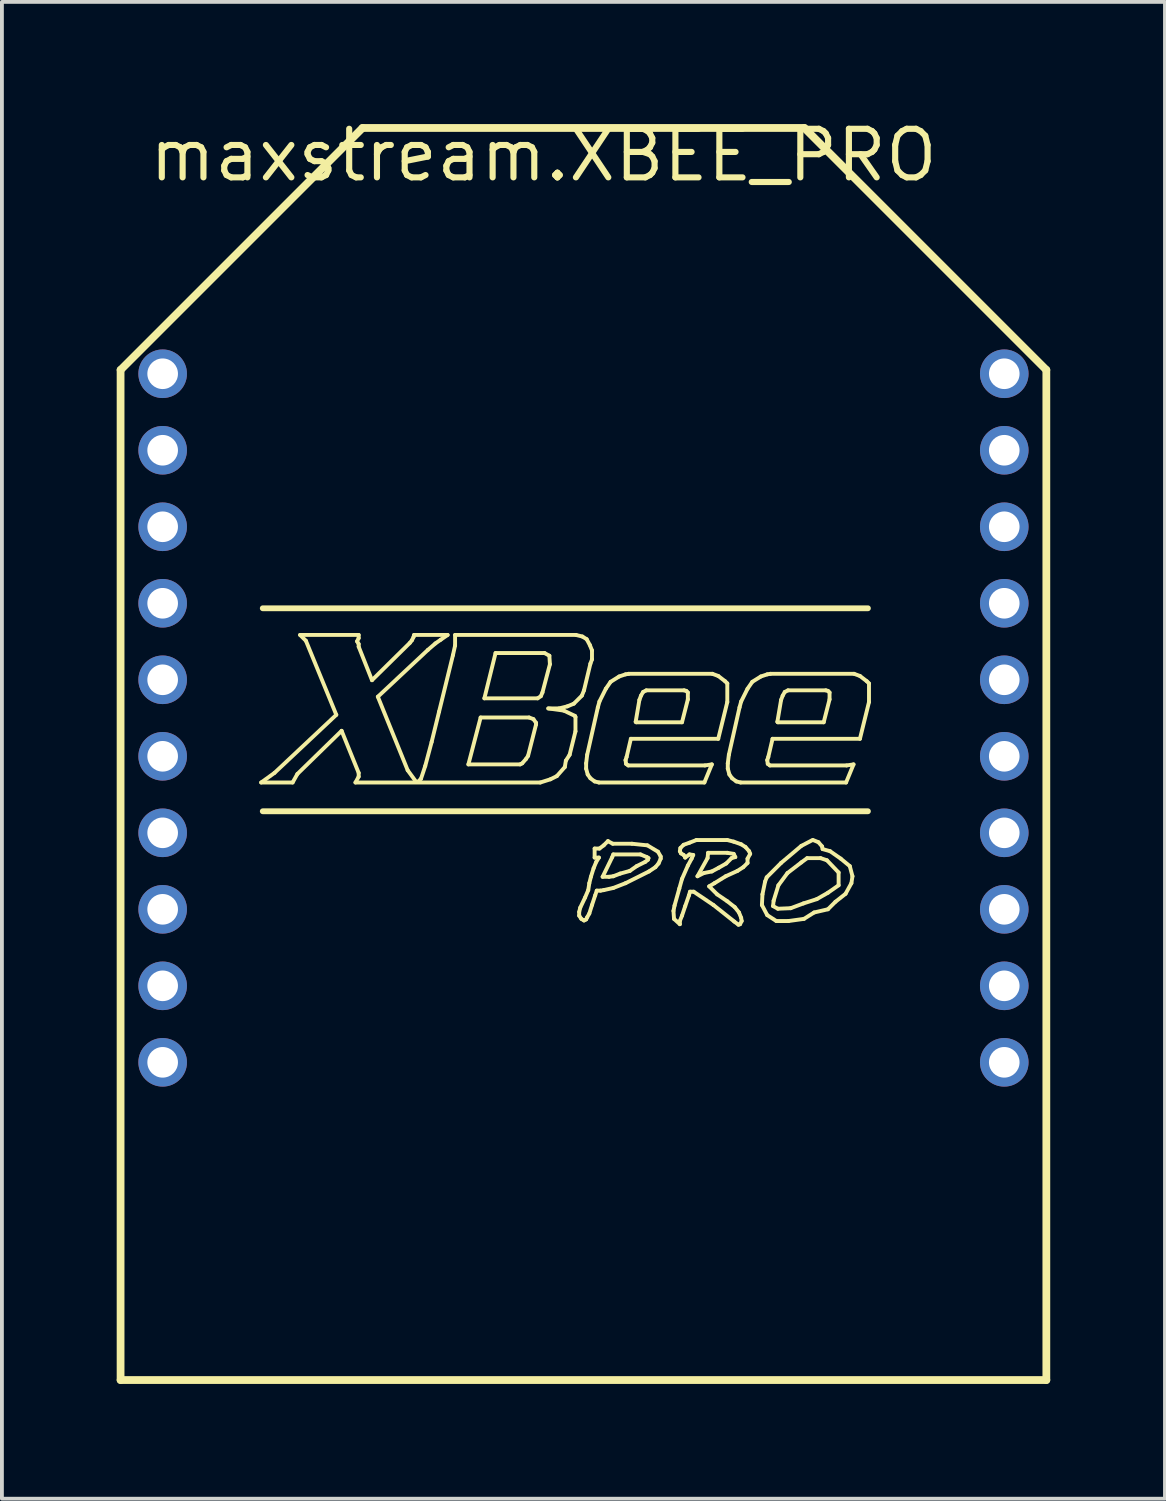
<source format=kicad_pcb>
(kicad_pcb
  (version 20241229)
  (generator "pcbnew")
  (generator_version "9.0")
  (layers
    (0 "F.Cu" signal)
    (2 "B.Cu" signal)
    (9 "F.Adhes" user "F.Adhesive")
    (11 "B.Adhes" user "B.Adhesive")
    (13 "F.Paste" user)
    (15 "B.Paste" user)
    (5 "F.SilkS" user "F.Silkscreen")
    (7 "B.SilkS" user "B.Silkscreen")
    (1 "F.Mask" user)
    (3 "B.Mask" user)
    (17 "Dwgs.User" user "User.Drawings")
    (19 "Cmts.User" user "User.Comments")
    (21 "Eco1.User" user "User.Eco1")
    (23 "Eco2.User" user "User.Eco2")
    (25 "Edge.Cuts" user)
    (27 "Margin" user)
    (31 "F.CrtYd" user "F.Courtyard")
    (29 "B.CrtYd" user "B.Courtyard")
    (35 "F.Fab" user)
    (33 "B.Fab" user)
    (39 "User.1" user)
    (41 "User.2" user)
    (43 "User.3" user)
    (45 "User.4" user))
  (footprint "maxstream.XBEE_PRO"
    (layer "F.Cu")
    (at 12.202 15.72)
    (property "Reference" "maxstream.XBEE_PRO" (at -11.43 -13.97 0) (layer "F.SilkS") (effects (font (size 1.27 1.27) (thickness 0.16)) (justify left bottom)))
    (attr through_hole)
    (fp_line (start -12.1 -9.1) (end -5.775 -15.425) (stroke (width 0.203) (type default)) (layer "F.SilkS"))
    (fp_line (start -12.1 17.305) (end -12.1 -9.1) (stroke (width 0.203) (type default)) (layer "F.SilkS"))
    (fp_line (start -8.425 1.685) (end -8.077 1.434) (stroke (width 0.102) (type default)) (layer "F.SilkS"))
    (fp_line (start -8.383 -2.869) (end 7.436 -2.869) (stroke (width 0.152) (type default)) (layer "F.SilkS"))
    (fp_line (start -8.383 2.437) (end 7.436 2.437) (stroke (width 0.152) (type default)) (layer "F.SilkS"))
    (fp_line (start -8.077 1.434) (end -6.461 -0.084) (stroke (width 0.102) (type default)) (layer "F.SilkS"))
    (fp_line (start -7.603 1.685) (end -8.425 1.685) (stroke (width 0.102) (type default)) (layer "F.SilkS"))
    (fp_line (start -7.478 1.462) (end -7.603 1.685) (stroke (width 0.102) (type default)) (layer "F.SilkS"))
    (fp_line (start -7.408 -2.172) (end -5.876 -2.172) (stroke (width 0.102) (type default)) (layer "F.SilkS"))
    (fp_line (start -7.255 -2.019) (end -7.408 -2.172) (stroke (width 0.102) (type default)) (layer "F.SilkS"))
    (fp_line (start -6.461 -0.084) (end -7.255 -2.019) (stroke (width 0.102) (type default)) (layer "F.SilkS"))
    (fp_line (start -6.322 0.334) (end -7.478 1.462) (stroke (width 0.102) (type default)) (layer "F.SilkS"))
    (fp_line (start -5.96 1.685) (end -5.876 1.532) (stroke (width 0.102) (type default)) (layer "F.SilkS"))
    (fp_line (start -5.918 -2.005) (end -5.876 -1.935) (stroke (width 0.102) (type default)) (layer "F.SilkS"))
    (fp_line (start -5.876 -2.172) (end -5.876 -2.089) (stroke (width 0.102) (type default)) (layer "F.SilkS"))
    (fp_line (start -5.876 -2.089) (end -5.918 -2.005) (stroke (width 0.102) (type default)) (layer "F.SilkS"))
    (fp_line (start -5.876 -1.935) (end -5.876 -1.866) (stroke (width 0.102) (type default)) (layer "F.SilkS"))
    (fp_line (start -5.876 -1.866) (end -5.528 -0.989) (stroke (width 0.102) (type default)) (layer "F.SilkS"))
    (fp_line (start -5.876 1.434) (end -6.322 0.334) (stroke (width 0.102) (type default)) (layer "F.SilkS"))
    (fp_line (start -5.876 1.532) (end -5.876 1.434) (stroke (width 0.102) (type default)) (layer "F.SilkS"))
    (fp_line (start -5.775 -15.425) (end 5.775 -15.425) (stroke (width 0.203) (type default)) (layer "F.SilkS"))
    (fp_line (start -5.528 -0.989) (end -4.54 -1.963) (stroke (width 0.102) (type default)) (layer "F.SilkS"))
    (fp_line (start -5.375 -0.557) (end -4.595 1.365) (stroke (width 0.102) (type default)) (layer "F.SilkS"))
    (fp_line (start -4.595 1.365) (end -4.372 1.671) (stroke (width 0.102) (type default)) (layer "F.SilkS"))
    (fp_line (start -4.54 -1.963) (end -4.484 -2.033) (stroke (width 0.102) (type default)) (layer "F.SilkS"))
    (fp_line (start -4.484 -2.033) (end -4.442 -2.117) (stroke (width 0.102) (type default)) (layer "F.SilkS"))
    (fp_line (start -4.442 -2.117) (end -4.428 -2.172) (stroke (width 0.102) (type default)) (layer "F.SilkS"))
    (fp_line (start -4.428 -2.172) (end -3.551 -2.172) (stroke (width 0.102) (type default)) (layer "F.SilkS"))
    (fp_line (start -4.372 1.671) (end -4.331 1.671) (stroke (width 0.102) (type default)) (layer "F.SilkS"))
    (fp_line (start -4.331 1.671) (end -4.247 1.587) (stroke (width 0.102) (type default)) (layer "F.SilkS"))
    (fp_line (start -4.247 1.587) (end -4.136 1.253) (stroke (width 0.102) (type default)) (layer "F.SilkS"))
    (fp_line (start -4.136 1.253) (end -3.969 0.627) (stroke (width 0.102) (type default)) (layer "F.SilkS"))
    (fp_line (start -4.066 -1.782) (end -5.375 -0.557) (stroke (width 0.102) (type default)) (layer "F.SilkS"))
    (fp_line (start -3.969 0.627) (end -3.774 -0.167) (stroke (width 0.102) (type default)) (layer "F.SilkS"))
    (fp_line (start -3.871 -1.95) (end -4.066 -1.782) (stroke (width 0.102) (type default)) (layer "F.SilkS"))
    (fp_line (start -3.774 -0.167) (end -3.412 -1.643) (stroke (width 0.102) (type default)) (layer "F.SilkS"))
    (fp_line (start -3.732 -2.047) (end -3.871 -1.95) (stroke (width 0.102) (type default)) (layer "F.SilkS"))
    (fp_line (start -3.551 -2.172) (end -3.732 -2.047) (stroke (width 0.102) (type default)) (layer "F.SilkS"))
    (fp_line (start -3.412 -1.643) (end -3.356 -1.894) (stroke (width 0.102) (type default)) (layer "F.SilkS"))
    (fp_line (start -3.356 -2.172) (end -0.195 -2.172) (stroke (width 0.102) (type default)) (layer "F.SilkS"))
    (fp_line (start -3.356 -1.894) (end -3.356 -2.172) (stroke (width 0.102) (type default)) (layer "F.SilkS"))
    (fp_line (start -3.008 1.212) (end -2.688 -0.014) (stroke (width 0.102) (type default)) (layer "F.SilkS"))
    (fp_line (start -2.688 -0.014) (end -1.42 -0.014) (stroke (width 0.102) (type default)) (layer "F.SilkS"))
    (fp_line (start -2.59 -0.515) (end -2.298 -1.699) (stroke (width 0.102) (type default)) (layer "F.SilkS"))
    (fp_line (start -2.298 -1.699) (end -1.017 -1.699) (stroke (width 0.102) (type default)) (layer "F.SilkS"))
    (fp_line (start -1.657 1.212) (end -3.008 1.212) (stroke (width 0.102) (type default)) (layer "F.SilkS"))
    (fp_line (start -1.601 1.184) (end -1.657 1.212) (stroke (width 0.102) (type default)) (layer "F.SilkS"))
    (fp_line (start -1.504 1.072) (end -1.601 1.184) (stroke (width 0.102) (type default)) (layer "F.SilkS"))
    (fp_line (start -1.448 0.989) (end -1.504 1.072) (stroke (width 0.102) (type default)) (layer "F.SilkS"))
    (fp_line (start -1.42 -0.014) (end -1.309 0.028) (stroke (width 0.102) (type default)) (layer "F.SilkS"))
    (fp_line (start -1.309 0.028) (end -1.239 0.125) (stroke (width 0.102) (type default)) (layer "F.SilkS"))
    (fp_line (start -1.239 0.125) (end -1.239 0.167) (stroke (width 0.102) (type default)) (layer "F.SilkS"))
    (fp_line (start -1.239 0.167) (end -1.448 0.989) (stroke (width 0.102) (type default)) (layer "F.SilkS"))
    (fp_line (start -1.198 -0.515) (end -2.59 -0.515) (stroke (width 0.102) (type default)) (layer "F.SilkS"))
    (fp_line (start -1.128 1.685) (end -5.96 1.685) (stroke (width 0.102) (type default)) (layer "F.SilkS"))
    (fp_line (start -1.114 -0.571) (end -1.198 -0.515) (stroke (width 0.102) (type default)) (layer "F.SilkS"))
    (fp_line (start -1.072 -0.668) (end -1.114 -0.571) (stroke (width 0.102) (type default)) (layer "F.SilkS"))
    (fp_line (start -1.017 -1.699) (end -0.891 -1.629) (stroke (width 0.102) (type default)) (layer "F.SilkS"))
    (fp_line (start -0.919 -0.251) (end -0.515 -0.195) (stroke (width 0.102) (type default)) (layer "F.SilkS"))
    (fp_line (start -0.891 -1.629) (end -0.877 -1.406) (stroke (width 0.102) (type default)) (layer "F.SilkS"))
    (fp_line (start -0.877 -1.406) (end -1.072 -0.668) (stroke (width 0.102) (type default)) (layer "F.SilkS"))
    (fp_line (start -0.863 1.601) (end -1.128 1.685) (stroke (width 0.102) (type default)) (layer "F.SilkS"))
    (fp_line (start -0.696 1.518) (end -0.863 1.601) (stroke (width 0.102) (type default)) (layer "F.SilkS"))
    (fp_line (start -0.641 -0.251) (end -0.919 -0.251) (stroke (width 0.102) (type default)) (layer "F.SilkS"))
    (fp_line (start -0.515 -0.195) (end -0.223 -0.056) (stroke (width 0.102) (type default)) (layer "F.SilkS"))
    (fp_line (start -0.487 1.281) (end -0.696 1.518) (stroke (width 0.102) (type default)) (layer "F.SilkS"))
    (fp_line (start -0.46 1.114) (end -0.487 1.281) (stroke (width 0.102) (type default)) (layer "F.SilkS"))
    (fp_line (start -0.418 -0.306) (end -0.641 -0.251) (stroke (width 0.102) (type default)) (layer "F.SilkS"))
    (fp_line (start -0.362 0.961) (end -0.46 1.114) (stroke (width 0.102) (type default)) (layer "F.SilkS"))
    (fp_line (start -0.251 -0.376) (end -0.418 -0.306) (stroke (width 0.102) (type default)) (layer "F.SilkS"))
    (fp_line (start -0.223 -0.056) (end -0.209 -0.028) (stroke (width 0.102) (type default)) (layer "F.SilkS"))
    (fp_line (start -0.209 -0.028) (end -0.209 0.348) (stroke (width 0.102) (type default)) (layer "F.SilkS"))
    (fp_line (start -0.209 0.348) (end -0.362 0.961) (stroke (width 0.102) (type default)) (layer "F.SilkS"))
    (fp_line (start -0.195 -2.172) (end -0.028 -2.131) (stroke (width 0.102) (type default)) (layer "F.SilkS"))
    (fp_line (start -0.112 5.069) (end -0.084 4.957) (stroke (width 0.102) (type default)) (layer "F.SilkS"))
    (fp_line (start -0.112 5.166) (end -0.112 5.069) (stroke (width 0.102) (type default)) (layer "F.SilkS"))
    (fp_line (start -0.084 4.957) (end 0.042 4.693) (stroke (width 0.102) (type default)) (layer "F.SilkS"))
    (fp_line (start -0.056 5.25) (end -0.112 5.166) (stroke (width 0.102) (type default)) (layer "F.SilkS"))
    (fp_line (start -0.042 -0.585) (end -0.251 -0.376) (stroke (width 0.102) (type default)) (layer "F.SilkS"))
    (fp_line (start -0.028 -2.131) (end 0.084 -2.061) (stroke (width 0.102) (type default)) (layer "F.SilkS"))
    (fp_line (start 0.014 -0.724) (end -0.042 -0.585) (stroke (width 0.102) (type default)) (layer "F.SilkS"))
    (fp_line (start 0.014 5.292) (end -0.056 5.25) (stroke (width 0.102) (type default)) (layer "F.SilkS"))
    (fp_line (start 0.042 4.693) (end 0.125 4.498) (stroke (width 0.102) (type default)) (layer "F.SilkS"))
    (fp_line (start 0.07 1.184) (end 0.097 0.961) (stroke (width 0.102) (type default)) (layer "F.SilkS"))
    (fp_line (start 0.07 1.323) (end 0.07 1.184) (stroke (width 0.102) (type default)) (layer "F.SilkS"))
    (fp_line (start 0.07 5.264) (end 0.014 5.292) (stroke (width 0.102) (type default)) (layer "F.SilkS"))
    (fp_line (start 0.084 -2.061) (end 0.167 -1.908) (stroke (width 0.102) (type default)) (layer "F.SilkS"))
    (fp_line (start 0.097 0.961) (end 0.376 -0.279) (stroke (width 0.102) (type default)) (layer "F.SilkS"))
    (fp_line (start 0.097 5.208) (end 0.07 5.264) (stroke (width 0.102) (type default)) (layer "F.SilkS"))
    (fp_line (start 0.111 1.476) (end 0.07 1.323) (stroke (width 0.102) (type default)) (layer "F.SilkS"))
    (fp_line (start 0.125 4.498) (end 0.153 4.317) (stroke (width 0.102) (type default)) (layer "F.SilkS"))
    (fp_line (start 0.153 4.317) (end 0.195 4.15) (stroke (width 0.102) (type default)) (layer "F.SilkS"))
    (fp_line (start 0.153 5.111) (end 0.097 5.208) (stroke (width 0.102) (type default)) (layer "F.SilkS"))
    (fp_line (start 0.167 -1.908) (end 0.223 -1.768) (stroke (width 0.102) (type default)) (layer "F.SilkS"))
    (fp_line (start 0.181 -1.42) (end 0.014 -0.724) (stroke (width 0.102) (type default)) (layer "F.SilkS"))
    (fp_line (start 0.181 1.574) (end 0.111 1.476) (stroke (width 0.102) (type default)) (layer "F.SilkS"))
    (fp_line (start 0.195 4.15) (end 0.265 3.927) (stroke (width 0.102) (type default)) (layer "F.SilkS"))
    (fp_line (start 0.223 -1.768) (end 0.223 -1.532) (stroke (width 0.102) (type default)) (layer "F.SilkS"))
    (fp_line (start 0.223 -1.532) (end 0.181 -1.42) (stroke (width 0.102) (type default)) (layer "F.SilkS"))
    (fp_line (start 0.223 4.888) (end 0.153 5.111) (stroke (width 0.102) (type default)) (layer "F.SilkS"))
    (fp_line (start 0.265 3.927) (end 0.334 3.76) (stroke (width 0.102) (type default)) (layer "F.SilkS"))
    (fp_line (start 0.292 1.657) (end 0.181 1.574) (stroke (width 0.102) (type default)) (layer "F.SilkS"))
    (fp_line (start 0.292 3.412) (end 0.418 3.412) (stroke (width 0.102) (type default)) (layer "F.SilkS"))
    (fp_line (start 0.292 3.648) (end 0.292 3.412) (stroke (width 0.102) (type default)) (layer "F.SilkS"))
    (fp_line (start 0.306 4.637) (end 0.223 4.888) (stroke (width 0.102) (type default)) (layer "F.SilkS"))
    (fp_line (start 0.334 3.76) (end 0.404 3.648) (stroke (width 0.102) (type default)) (layer "F.SilkS"))
    (fp_line (start 0.348 4.512) (end 0.306 4.637) (stroke (width 0.102) (type default)) (layer "F.SilkS"))
    (fp_line (start 0.376 -0.279) (end 0.418 -0.432) (stroke (width 0.102) (type default)) (layer "F.SilkS"))
    (fp_line (start 0.404 1.685) (end 0.292 1.657) (stroke (width 0.102) (type default)) (layer "F.SilkS"))
    (fp_line (start 0.404 3.648) (end 0.292 3.648) (stroke (width 0.102) (type default)) (layer "F.SilkS"))
    (fp_line (start 0.418 -0.432) (end 0.585 -0.766) (stroke (width 0.102) (type default)) (layer "F.SilkS"))
    (fp_line (start 0.418 3.412) (end 0.529 3.328) (stroke (width 0.102) (type default)) (layer "F.SilkS"))
    (fp_line (start 0.446 4.512) (end 0.348 4.512) (stroke (width 0.102) (type default)) (layer "F.SilkS"))
    (fp_line (start 0.501 4.15) (end 0.752 3.635) (stroke (width 0.102) (type default)) (layer "F.SilkS"))
    (fp_line (start 0.529 3.328) (end 0.64 3.217) (stroke (width 0.102) (type default)) (layer "F.SilkS"))
    (fp_line (start 0.529 4.498) (end 0.446 4.512) (stroke (width 0.102) (type default)) (layer "F.SilkS"))
    (fp_line (start 0.585 -0.766) (end 0.71 -0.947) (stroke (width 0.102) (type default)) (layer "F.SilkS"))
    (fp_line (start 0.64 3.217) (end 0.766 3.286) (stroke (width 0.102) (type default)) (layer "F.SilkS"))
    (fp_line (start 0.668 4.15) (end 0.501 4.15) (stroke (width 0.102) (type default)) (layer "F.SilkS"))
    (fp_line (start 0.71 -0.947) (end 0.933 -1.086) (stroke (width 0.102) (type default)) (layer "F.SilkS"))
    (fp_line (start 0.752 3.635) (end 0.78 3.565) (stroke (width 0.102) (type default)) (layer "F.SilkS"))
    (fp_line (start 0.766 3.286) (end 1.267 3.286) (stroke (width 0.102) (type default)) (layer "F.SilkS"))
    (fp_line (start 0.78 3.565) (end 1.49 3.565) (stroke (width 0.102) (type default)) (layer "F.SilkS"))
    (fp_line (start 0.78 4.136) (end 0.668 4.15) (stroke (width 0.102) (type default)) (layer "F.SilkS"))
    (fp_line (start 0.78 4.442) (end 0.529 4.498) (stroke (width 0.102) (type default)) (layer "F.SilkS"))
    (fp_line (start 0.933 -1.086) (end 1.1 -1.142) (stroke (width 0.102) (type default)) (layer "F.SilkS"))
    (fp_line (start 0.961 4.066) (end 0.78 4.136) (stroke (width 0.102) (type default)) (layer "F.SilkS"))
    (fp_line (start 1.1 -1.142) (end 1.183 -1.156) (stroke (width 0.102) (type default)) (layer "F.SilkS"))
    (fp_line (start 1.1 1.1) (end 1.114 1.198) (stroke (width 0.102) (type default)) (layer "F.SilkS"))
    (fp_line (start 1.1 4.317) (end 0.78 4.442) (stroke (width 0.102) (type default)) (layer "F.SilkS"))
    (fp_line (start 1.114 1.198) (end 1.17 1.239) (stroke (width 0.102) (type default)) (layer "F.SilkS"))
    (fp_line (start 1.128 1.017) (end 1.1 1.1) (stroke (width 0.102) (type default)) (layer "F.SilkS"))
    (fp_line (start 1.17 1.239) (end 3.175 1.239) (stroke (width 0.102) (type default)) (layer "F.SilkS"))
    (fp_line (start 1.183 -1.156) (end 3.37 -1.156) (stroke (width 0.102) (type default)) (layer "F.SilkS"))
    (fp_line (start 1.211 3.997) (end 0.961 4.066) (stroke (width 0.102) (type default)) (layer "F.SilkS"))
    (fp_line (start 1.239 0.543) (end 1.128 1.017) (stroke (width 0.102) (type default)) (layer "F.SilkS"))
    (fp_line (start 1.267 3.286) (end 1.671 3.328) (stroke (width 0.102) (type default)) (layer "F.SilkS"))
    (fp_line (start 1.365 0.098) (end 1.462 -0.473) (stroke (width 0.102) (type default)) (layer "F.SilkS"))
    (fp_line (start 1.379 0.111) (end 1.365 0.098) (stroke (width 0.102) (type default)) (layer "F.SilkS"))
    (fp_line (start 1.392 3.871) (end 1.211 3.997) (stroke (width 0.102) (type default)) (layer "F.SilkS"))
    (fp_line (start 1.462 -0.473) (end 1.504 -0.585) (stroke (width 0.102) (type default)) (layer "F.SilkS"))
    (fp_line (start 1.49 3.565) (end 1.657 3.635) (stroke (width 0.102) (type default)) (layer "F.SilkS"))
    (fp_line (start 1.504 -0.585) (end 1.56 -0.682) (stroke (width 0.102) (type default)) (layer "F.SilkS"))
    (fp_line (start 1.56 -0.682) (end 1.643 -0.724) (stroke (width 0.102) (type default)) (layer "F.SilkS"))
    (fp_line (start 1.615 3.76) (end 1.392 3.871) (stroke (width 0.102) (type default)) (layer "F.SilkS"))
    (fp_line (start 1.643 -0.724) (end 2.632 -0.724) (stroke (width 0.102) (type default)) (layer "F.SilkS"))
    (fp_line (start 1.657 3.635) (end 1.699 3.662) (stroke (width 0.102) (type default)) (layer "F.SilkS"))
    (fp_line (start 1.671 3.328) (end 1.949 3.495) (stroke (width 0.102) (type default)) (layer "F.SilkS"))
    (fp_line (start 1.685 3.704) (end 1.615 3.76) (stroke (width 0.102) (type default)) (layer "F.SilkS"))
    (fp_line (start 1.699 3.662) (end 1.685 3.704) (stroke (width 0.102) (type default)) (layer "F.SilkS"))
    (fp_line (start 1.713 4.01) (end 1.1 4.317) (stroke (width 0.102) (type default)) (layer "F.SilkS"))
    (fp_line (start 1.88 3.899) (end 1.713 4.01) (stroke (width 0.102) (type default)) (layer "F.SilkS"))
    (fp_line (start 1.949 3.495) (end 2.019 3.62) (stroke (width 0.102) (type default)) (layer "F.SilkS"))
    (fp_line (start 1.963 3.802) (end 1.88 3.899) (stroke (width 0.102) (type default)) (layer "F.SilkS"))
    (fp_line (start 2.019 3.62) (end 2.019 3.676) (stroke (width 0.102) (type default)) (layer "F.SilkS"))
    (fp_line (start 2.019 3.676) (end 1.963 3.802) (stroke (width 0.102) (type default)) (layer "F.SilkS"))
    (fp_line (start 2.353 5.041) (end 2.381 4.902) (stroke (width 0.102) (type default)) (layer "F.SilkS"))
    (fp_line (start 2.367 5.25) (end 2.353 5.041) (stroke (width 0.102) (type default)) (layer "F.SilkS"))
    (fp_line (start 2.381 4.902) (end 2.506 4.456) (stroke (width 0.102) (type default)) (layer "F.SilkS"))
    (fp_line (start 2.506 4.456) (end 2.576 4.205) (stroke (width 0.102) (type default)) (layer "F.SilkS"))
    (fp_line (start 2.52 3.481) (end 2.534 3.398) (stroke (width 0.102) (type default)) (layer "F.SilkS"))
    (fp_line (start 2.52 5.306) (end 2.52 5.389) (stroke (width 0.102) (type default)) (layer "F.SilkS"))
    (fp_line (start 2.52 5.389) (end 2.367 5.25) (stroke (width 0.102) (type default)) (layer "F.SilkS"))
    (fp_line (start 2.534 3.398) (end 2.618 3.314) (stroke (width 0.102) (type default)) (layer "F.SilkS"))
    (fp_line (start 2.548 3.537) (end 2.52 3.481) (stroke (width 0.102) (type default)) (layer "F.SilkS"))
    (fp_line (start 2.576 0.111) (end 1.379 0.111) (stroke (width 0.102) (type default)) (layer "F.SilkS"))
    (fp_line (start 2.576 4.205) (end 2.729 3.857) (stroke (width 0.102) (type default)) (layer "F.SilkS"))
    (fp_line (start 2.576 5.166) (end 2.52 5.306) (stroke (width 0.102) (type default)) (layer "F.SilkS"))
    (fp_line (start 2.618 3.314) (end 2.771 3.259) (stroke (width 0.102) (type default)) (layer "F.SilkS"))
    (fp_line (start 2.618 3.579) (end 2.548 3.537) (stroke (width 0.102) (type default)) (layer "F.SilkS"))
    (fp_line (start 2.632 -0.724) (end 2.687 -0.71) (stroke (width 0.102) (type default)) (layer "F.SilkS"))
    (fp_line (start 2.66 3.635) (end 2.618 3.579) (stroke (width 0.102) (type default)) (layer "F.SilkS"))
    (fp_line (start 2.66 3.648) (end 2.66 3.635) (stroke (width 0.102) (type default)) (layer "F.SilkS"))
    (fp_line (start 2.66 4.916) (end 2.576 5.166) (stroke (width 0.102) (type default)) (layer "F.SilkS"))
    (fp_line (start 2.687 -0.71) (end 2.729 -0.668) (stroke (width 0.102) (type default)) (layer "F.SilkS"))
    (fp_line (start 2.729 -0.668) (end 2.729 -0.487) (stroke (width 0.102) (type default)) (layer "F.SilkS"))
    (fp_line (start 2.729 -0.487) (end 2.576 0.111) (stroke (width 0.102) (type default)) (layer "F.SilkS"))
    (fp_line (start 2.729 3.857) (end 2.827 3.676) (stroke (width 0.102) (type default)) (layer "F.SilkS"))
    (fp_line (start 2.757 4.637) (end 2.66 4.916) (stroke (width 0.102) (type default)) (layer "F.SilkS"))
    (fp_line (start 2.771 3.259) (end 2.952 3.189) (stroke (width 0.102) (type default)) (layer "F.SilkS"))
    (fp_line (start 2.771 3.565) (end 2.66 3.648) (stroke (width 0.102) (type default)) (layer "F.SilkS"))
    (fp_line (start 2.785 4.54) (end 2.757 4.637) (stroke (width 0.102) (type default)) (layer "F.SilkS"))
    (fp_line (start 2.827 3.676) (end 2.869 3.579) (stroke (width 0.102) (type default)) (layer "F.SilkS"))
    (fp_line (start 2.869 3.579) (end 2.771 3.565) (stroke (width 0.102) (type default)) (layer "F.SilkS"))
    (fp_line (start 2.882 4.54) (end 2.785 4.54) (stroke (width 0.102) (type default)) (layer "F.SilkS"))
    (fp_line (start 2.952 3.189) (end 3.76 3.189) (stroke (width 0.102) (type default)) (layer "F.SilkS"))
    (fp_line (start 2.98 4.136) (end 3.244 3.662) (stroke (width 0.102) (type default)) (layer "F.SilkS"))
    (fp_line (start 3.147 4.052) (end 2.98 4.136) (stroke (width 0.102) (type default)) (layer "F.SilkS"))
    (fp_line (start 3.161 1.685) (end 0.404 1.685) (stroke (width 0.102) (type default)) (layer "F.SilkS"))
    (fp_line (start 3.175 1.239) (end 3.356 1.212) (stroke (width 0.102) (type default)) (layer "F.SilkS"))
    (fp_line (start 3.244 3.662) (end 3.258 3.523) (stroke (width 0.102) (type default)) (layer "F.SilkS"))
    (fp_line (start 3.258 3.523) (end 3.76 3.523) (stroke (width 0.102) (type default)) (layer "F.SilkS"))
    (fp_line (start 3.286 4.4) (end 3.495 4.609) (stroke (width 0.102) (type default)) (layer "F.SilkS"))
    (fp_line (start 3.356 1.212) (end 3.161 1.685) (stroke (width 0.102) (type default)) (layer "F.SilkS"))
    (fp_line (start 3.356 4.01) (end 3.147 4.052) (stroke (width 0.102) (type default)) (layer "F.SilkS"))
    (fp_line (start 3.37 -1.156) (end 3.523 -1.1) (stroke (width 0.102) (type default)) (layer "F.SilkS"))
    (fp_line (start 3.398 4.888) (end 2.882 4.54) (stroke (width 0.102) (type default)) (layer "F.SilkS"))
    (fp_line (start 3.425 4.317) (end 3.286 4.4) (stroke (width 0.102) (type default)) (layer "F.SilkS"))
    (fp_line (start 3.495 4.609) (end 3.76 4.79) (stroke (width 0.102) (type default)) (layer "F.SilkS"))
    (fp_line (start 3.523 -1.1) (end 3.704 -0.961) (stroke (width 0.102) (type default)) (layer "F.SilkS"))
    (fp_line (start 3.523 0.543) (end 1.239 0.543) (stroke (width 0.102) (type default)) (layer "F.SilkS"))
    (fp_line (start 3.537 3.913) (end 3.356 4.01) (stroke (width 0.102) (type default)) (layer "F.SilkS"))
    (fp_line (start 3.704 -0.961) (end 3.76 -0.905) (stroke (width 0.102) (type default)) (layer "F.SilkS"))
    (fp_line (start 3.718 4.136) (end 3.425 4.317) (stroke (width 0.102) (type default)) (layer "F.SilkS"))
    (fp_line (start 3.732 3.802) (end 3.537 3.913) (stroke (width 0.102) (type default)) (layer "F.SilkS"))
    (fp_line (start 3.76 -0.905) (end 3.76 -0.418) (stroke (width 0.102) (type default)) (layer "F.SilkS"))
    (fp_line (start 3.76 -0.418) (end 3.523 0.543) (stroke (width 0.102) (type default)) (layer "F.SilkS"))
    (fp_line (start 3.76 3.189) (end 3.927 3.231) (stroke (width 0.102) (type default)) (layer "F.SilkS"))
    (fp_line (start 3.76 3.523) (end 3.927 3.551) (stroke (width 0.102) (type default)) (layer "F.SilkS"))
    (fp_line (start 3.76 4.79) (end 3.955 4.943) (stroke (width 0.102) (type default)) (layer "F.SilkS"))
    (fp_line (start 3.773 1.184) (end 3.801 0.961) (stroke (width 0.102) (type default)) (layer "F.SilkS"))
    (fp_line (start 3.773 1.323) (end 3.773 1.184) (stroke (width 0.102) (type default)) (layer "F.SilkS"))
    (fp_line (start 3.801 0.961) (end 4.08 -0.279) (stroke (width 0.102) (type default)) (layer "F.SilkS"))
    (fp_line (start 3.815 1.476) (end 3.773 1.323) (stroke (width 0.102) (type default)) (layer "F.SilkS"))
    (fp_line (start 3.871 3.662) (end 3.732 3.802) (stroke (width 0.102) (type default)) (layer "F.SilkS"))
    (fp_line (start 3.885 1.574) (end 3.815 1.476) (stroke (width 0.102) (type default)) (layer "F.SilkS"))
    (fp_line (start 3.927 3.231) (end 4.122 3.3) (stroke (width 0.102) (type default)) (layer "F.SilkS"))
    (fp_line (start 3.927 3.551) (end 3.969 3.635) (stroke (width 0.102) (type default)) (layer "F.SilkS"))
    (fp_line (start 3.941 5.319) (end 3.398 4.888) (stroke (width 0.102) (type default)) (layer "F.SilkS"))
    (fp_line (start 3.955 4.943) (end 4.066 5.083) (stroke (width 0.102) (type default)) (layer "F.SilkS"))
    (fp_line (start 3.969 3.635) (end 3.871 3.662) (stroke (width 0.102) (type default)) (layer "F.SilkS"))
    (fp_line (start 3.996 1.657) (end 3.885 1.574) (stroke (width 0.102) (type default)) (layer "F.SilkS"))
    (fp_line (start 4.024 3.997) (end 3.718 4.136) (stroke (width 0.102) (type default)) (layer "F.SilkS"))
    (fp_line (start 4.052 5.403) (end 3.941 5.319) (stroke (width 0.102) (type default)) (layer "F.SilkS"))
    (fp_line (start 4.066 5.083) (end 4.122 5.222) (stroke (width 0.102) (type default)) (layer "F.SilkS"))
    (fp_line (start 4.08 -0.279) (end 4.122 -0.432) (stroke (width 0.102) (type default)) (layer "F.SilkS"))
    (fp_line (start 4.094 5.389) (end 4.052 5.403) (stroke (width 0.102) (type default)) (layer "F.SilkS"))
    (fp_line (start 4.108 1.685) (end 3.996 1.657) (stroke (width 0.102) (type default)) (layer "F.SilkS"))
    (fp_line (start 4.122 -0.432) (end 4.289 -0.766) (stroke (width 0.102) (type default)) (layer "F.SilkS"))
    (fp_line (start 4.122 3.3) (end 4.233 3.37) (stroke (width 0.102) (type default)) (layer "F.SilkS"))
    (fp_line (start 4.122 5.222) (end 4.136 5.306) (stroke (width 0.102) (type default)) (layer "F.SilkS"))
    (fp_line (start 4.136 5.306) (end 4.094 5.389) (stroke (width 0.102) (type default)) (layer "F.SilkS"))
    (fp_line (start 4.177 3.899) (end 4.024 3.997) (stroke (width 0.102) (type default)) (layer "F.SilkS"))
    (fp_line (start 4.233 3.37) (end 4.331 3.481) (stroke (width 0.102) (type default)) (layer "F.SilkS"))
    (fp_line (start 4.289 -0.766) (end 4.414 -0.947) (stroke (width 0.102) (type default)) (layer "F.SilkS"))
    (fp_line (start 4.289 3.676) (end 4.289 3.788) (stroke (width 0.102) (type default)) (layer "F.SilkS"))
    (fp_line (start 4.289 3.788) (end 4.177 3.899) (stroke (width 0.102) (type default)) (layer "F.SilkS"))
    (fp_line (start 4.331 3.481) (end 4.358 3.551) (stroke (width 0.102) (type default)) (layer "F.SilkS"))
    (fp_line (start 4.358 3.551) (end 4.289 3.676) (stroke (width 0.102) (type default)) (layer "F.SilkS"))
    (fp_line (start 4.414 -0.947) (end 4.637 -1.086) (stroke (width 0.102) (type default)) (layer "F.SilkS"))
    (fp_line (start 4.637 -1.086) (end 4.804 -1.142) (stroke (width 0.102) (type default)) (layer "F.SilkS"))
    (fp_line (start 4.665 4.888) (end 4.679 4.609) (stroke (width 0.102) (type default)) (layer "F.SilkS"))
    (fp_line (start 4.679 4.609) (end 4.748 4.275) (stroke (width 0.102) (type default)) (layer "F.SilkS"))
    (fp_line (start 4.748 4.275) (end 4.79 4.164) (stroke (width 0.102) (type default)) (layer "F.SilkS"))
    (fp_line (start 4.79 4.164) (end 5.166 3.788) (stroke (width 0.102) (type default)) (layer "F.SilkS"))
    (fp_line (start 4.804 -1.142) (end 4.888 -1.156) (stroke (width 0.102) (type default)) (layer "F.SilkS"))
    (fp_line (start 4.804 1.1) (end 4.818 1.198) (stroke (width 0.102) (type default)) (layer "F.SilkS"))
    (fp_line (start 4.804 5.152) (end 4.665 4.888) (stroke (width 0.102) (type default)) (layer "F.SilkS"))
    (fp_line (start 4.818 1.198) (end 4.874 1.239) (stroke (width 0.102) (type default)) (layer "F.SilkS"))
    (fp_line (start 4.832 1.017) (end 4.804 1.1) (stroke (width 0.102) (type default)) (layer "F.SilkS"))
    (fp_line (start 4.874 1.239) (end 6.879 1.239) (stroke (width 0.102) (type default)) (layer "F.SilkS"))
    (fp_line (start 4.888 -1.156) (end 7.074 -1.156) (stroke (width 0.102) (type default)) (layer "F.SilkS"))
    (fp_line (start 4.943 0.543) (end 4.832 1.017) (stroke (width 0.102) (type default)) (layer "F.SilkS"))
    (fp_line (start 4.957 4.916) (end 4.971 4.776) (stroke (width 0.102) (type default)) (layer "F.SilkS"))
    (fp_line (start 4.971 4.776) (end 5.096 4.372) (stroke (width 0.102) (type default)) (layer "F.SilkS"))
    (fp_line (start 5.041 5.306) (end 4.804 5.152) (stroke (width 0.102) (type default)) (layer "F.SilkS"))
    (fp_line (start 5.069 0.098) (end 5.166 -0.473) (stroke (width 0.102) (type default)) (layer "F.SilkS"))
    (fp_line (start 5.082 0.111) (end 5.069 0.098) (stroke (width 0.102) (type default)) (layer "F.SilkS"))
    (fp_line (start 5.082 4.985) (end 4.957 4.916) (stroke (width 0.102) (type default)) (layer "F.SilkS"))
    (fp_line (start 5.096 4.372) (end 5.333 4.052) (stroke (width 0.102) (type default)) (layer "F.SilkS"))
    (fp_line (start 5.166 -0.473) (end 5.208 -0.585) (stroke (width 0.102) (type default)) (layer "F.SilkS"))
    (fp_line (start 5.166 3.788) (end 5.695 3.342) (stroke (width 0.102) (type default)) (layer "F.SilkS"))
    (fp_line (start 5.208 -0.585) (end 5.263 -0.682) (stroke (width 0.102) (type default)) (layer "F.SilkS"))
    (fp_line (start 5.263 -0.682) (end 5.347 -0.724) (stroke (width 0.102) (type default)) (layer "F.SilkS"))
    (fp_line (start 5.333 4.052) (end 5.695 3.774) (stroke (width 0.102) (type default)) (layer "F.SilkS"))
    (fp_line (start 5.347 -0.724) (end 6.336 -0.724) (stroke (width 0.102) (type default)) (layer "F.SilkS"))
    (fp_line (start 5.361 5.306) (end 5.041 5.306) (stroke (width 0.102) (type default)) (layer "F.SilkS"))
    (fp_line (start 5.417 4.971) (end 5.082 4.985) (stroke (width 0.102) (type default)) (layer "F.SilkS"))
    (fp_line (start 5.695 3.342) (end 5.988 3.189) (stroke (width 0.102) (type default)) (layer "F.SilkS"))
    (fp_line (start 5.695 3.774) (end 5.848 3.662) (stroke (width 0.102) (type default)) (layer "F.SilkS"))
    (fp_line (start 5.751 4.846) (end 5.417 4.971) (stroke (width 0.102) (type default)) (layer "F.SilkS"))
    (fp_line (start 5.765 5.25) (end 5.361 5.306) (stroke (width 0.102) (type default)) (layer "F.SilkS"))
    (fp_line (start 5.775 -15.425) (end 12.1 -9.1) (stroke (width 0.203) (type default)) (layer "F.SilkS"))
    (fp_line (start 5.848 3.662) (end 6.197 3.662) (stroke (width 0.102) (type default)) (layer "F.SilkS"))
    (fp_line (start 6.002 3.189) (end 6.141 3.245) (stroke (width 0.102) (type default)) (layer "F.SilkS"))
    (fp_line (start 6.029 5.083) (end 5.765 5.25) (stroke (width 0.102) (type default)) (layer "F.SilkS"))
    (fp_line (start 6.099 4.734) (end 5.751 4.846) (stroke (width 0.102) (type default)) (layer "F.SilkS"))
    (fp_line (start 6.141 3.245) (end 6.238 3.356) (stroke (width 0.102) (type default)) (layer "F.SilkS"))
    (fp_line (start 6.197 3.662) (end 6.364 3.718) (stroke (width 0.102) (type default)) (layer "F.SilkS"))
    (fp_line (start 6.238 3.356) (end 6.252 3.426) (stroke (width 0.102) (type default)) (layer "F.SilkS"))
    (fp_line (start 6.252 3.426) (end 6.447 3.481) (stroke (width 0.102) (type default)) (layer "F.SilkS"))
    (fp_line (start 6.28 0.111) (end 5.082 0.111) (stroke (width 0.102) (type default)) (layer "F.SilkS"))
    (fp_line (start 6.336 -0.724) (end 6.391 -0.71) (stroke (width 0.102) (type default)) (layer "F.SilkS"))
    (fp_line (start 6.364 3.718) (end 6.67 4.038) (stroke (width 0.102) (type default)) (layer "F.SilkS"))
    (fp_line (start 6.391 -0.71) (end 6.433 -0.668) (stroke (width 0.102) (type default)) (layer "F.SilkS"))
    (fp_line (start 6.391 4.567) (end 6.099 4.734) (stroke (width 0.102) (type default)) (layer "F.SilkS"))
    (fp_line (start 6.391 4.999) (end 6.029 5.083) (stroke (width 0.102) (type default)) (layer "F.SilkS"))
    (fp_line (start 6.433 -0.668) (end 6.433 -0.487) (stroke (width 0.102) (type default)) (layer "F.SilkS"))
    (fp_line (start 6.433 -0.487) (end 6.28 0.111) (stroke (width 0.102) (type default)) (layer "F.SilkS"))
    (fp_line (start 6.447 3.481) (end 6.726 3.676) (stroke (width 0.102) (type default)) (layer "F.SilkS"))
    (fp_line (start 6.586 4.804) (end 6.391 4.999) (stroke (width 0.102) (type default)) (layer "F.SilkS"))
    (fp_line (start 6.67 4.038) (end 6.67 4.372) (stroke (width 0.102) (type default)) (layer "F.SilkS"))
    (fp_line (start 6.67 4.372) (end 6.391 4.567) (stroke (width 0.102) (type default)) (layer "F.SilkS"))
    (fp_line (start 6.726 3.676) (end 6.962 3.871) (stroke (width 0.102) (type default)) (layer "F.SilkS"))
    (fp_line (start 6.851 4.595) (end 6.586 4.804) (stroke (width 0.102) (type default)) (layer "F.SilkS"))
    (fp_line (start 6.865 1.685) (end 4.108 1.685) (stroke (width 0.102) (type default)) (layer "F.SilkS"))
    (fp_line (start 6.879 1.239) (end 7.06 1.212) (stroke (width 0.102) (type default)) (layer "F.SilkS"))
    (fp_line (start 6.962 3.871) (end 7.032 4.136) (stroke (width 0.102) (type default)) (layer "F.SilkS"))
    (fp_line (start 7.004 4.317) (end 6.851 4.595) (stroke (width 0.102) (type default)) (layer "F.SilkS"))
    (fp_line (start 7.032 4.136) (end 7.004 4.317) (stroke (width 0.102) (type default)) (layer "F.SilkS"))
    (fp_line (start 7.06 1.212) (end 6.865 1.685) (stroke (width 0.102) (type default)) (layer "F.SilkS"))
    (fp_line (start 7.074 -1.156) (end 7.227 -1.1) (stroke (width 0.102) (type default)) (layer "F.SilkS"))
    (fp_line (start 7.227 -1.1) (end 7.408 -0.961) (stroke (width 0.102) (type default)) (layer "F.SilkS"))
    (fp_line (start 7.227 0.543) (end 4.943 0.543) (stroke (width 0.102) (type default)) (layer "F.SilkS"))
    (fp_line (start 7.408 -0.961) (end 7.464 -0.905) (stroke (width 0.102) (type default)) (layer "F.SilkS"))
    (fp_line (start 7.464 -0.905) (end 7.464 -0.418) (stroke (width 0.102) (type default)) (layer "F.SilkS"))
    (fp_line (start 7.464 -0.418) (end 7.227 0.543) (stroke (width 0.102) (type default)) (layer "F.SilkS"))
    (fp_line (start 12.1 -9.1) (end 12.1 17.305) (stroke (width 0.203) (type default)) (layer "F.SilkS"))
    (fp_line (start 12.1 17.305) (end -12.1 17.305) (stroke (width 0.203) (type default)) (layer "F.SilkS"))
    (pad "1" thru_hole circle (at -11 -9) (size 1.27 1.27) (drill 0.8) (layers "*.Cu" "*.Mask"))
    (pad "2" thru_hole circle (at -11 -7) (size 1.27 1.27) (drill 0.8) (layers "*.Cu" "*.Mask"))
    (pad "3" thru_hole circle (at -11 -5) (size 1.27 1.27) (drill 0.8) (layers "*.Cu" "*.Mask"))
    (pad "4" thru_hole circle (at -11 -3) (size 1.27 1.27) (drill 0.8) (layers "*.Cu" "*.Mask"))
    (pad "5" thru_hole circle (at -11 -1) (size 1.27 1.27) (drill 0.8) (layers "*.Cu" "*.Mask"))
    (pad "6" thru_hole circle (at -11 1) (size 1.27 1.27) (drill 0.8) (layers "*.Cu" "*.Mask"))
    (pad "7" thru_hole circle (at -11 3) (size 1.27 1.27) (drill 0.8) (layers "*.Cu" "*.Mask"))
    (pad "8" thru_hole circle (at -11 5) (size 1.27 1.27) (drill 0.8) (layers "*.Cu" "*.Mask"))
    (pad "9" thru_hole circle (at -11 7) (size 1.27 1.27) (drill 0.8) (layers "*.Cu" "*.Mask"))
    (pad "10" thru_hole circle (at -11 9) (size 1.27 1.27) (drill 0.8) (layers "*.Cu" "*.Mask"))
    (pad "11" thru_hole circle (at 11 9 180) (size 1.27 1.27) (drill 0.8) (layers "*.Cu" "*.Mask"))
    (pad "12" thru_hole circle (at 11 7 180) (size 1.27 1.27) (drill 0.8) (layers "*.Cu" "*.Mask"))
    (pad "13" thru_hole circle (at 11 5 180) (size 1.27 1.27) (drill 0.8) (layers "*.Cu" "*.Mask"))
    (pad "14" thru_hole circle (at 11 3 180) (size 1.27 1.27) (drill 0.8) (layers "*.Cu" "*.Mask"))
    (pad "15" thru_hole circle (at 11 1 180) (size 1.27 1.27) (drill 0.8) (layers "*.Cu" "*.Mask"))
    (pad "16" thru_hole circle (at 11 -1 180) (size 1.27 1.27) (drill 0.8) (layers "*.Cu" "*.Mask"))
    (pad "17" thru_hole circle (at 11 -3 180) (size 1.27 1.27) (drill 0.8) (layers "*.Cu" "*.Mask"))
    (pad "18" thru_hole circle (at 11 -5 180) (size 1.27 1.27) (drill 0.8) (layers "*.Cu" "*.Mask"))
    (pad "19" thru_hole circle (at 11 -7 180) (size 1.27 1.27) (drill 0.8) (layers "*.Cu" "*.Mask"))
    (pad "20" thru_hole circle (at 11 -9 180) (size 1.27 1.27) (drill 0.8) (layers "*.Cu" "*.Mask")))
  (gr_rect
    (start -3 -3)
    (end 27.403 36.127)
    (stroke (width 0.1) (type default))
    (fill no)
    (layer "Edge.Cuts")))
</source>
